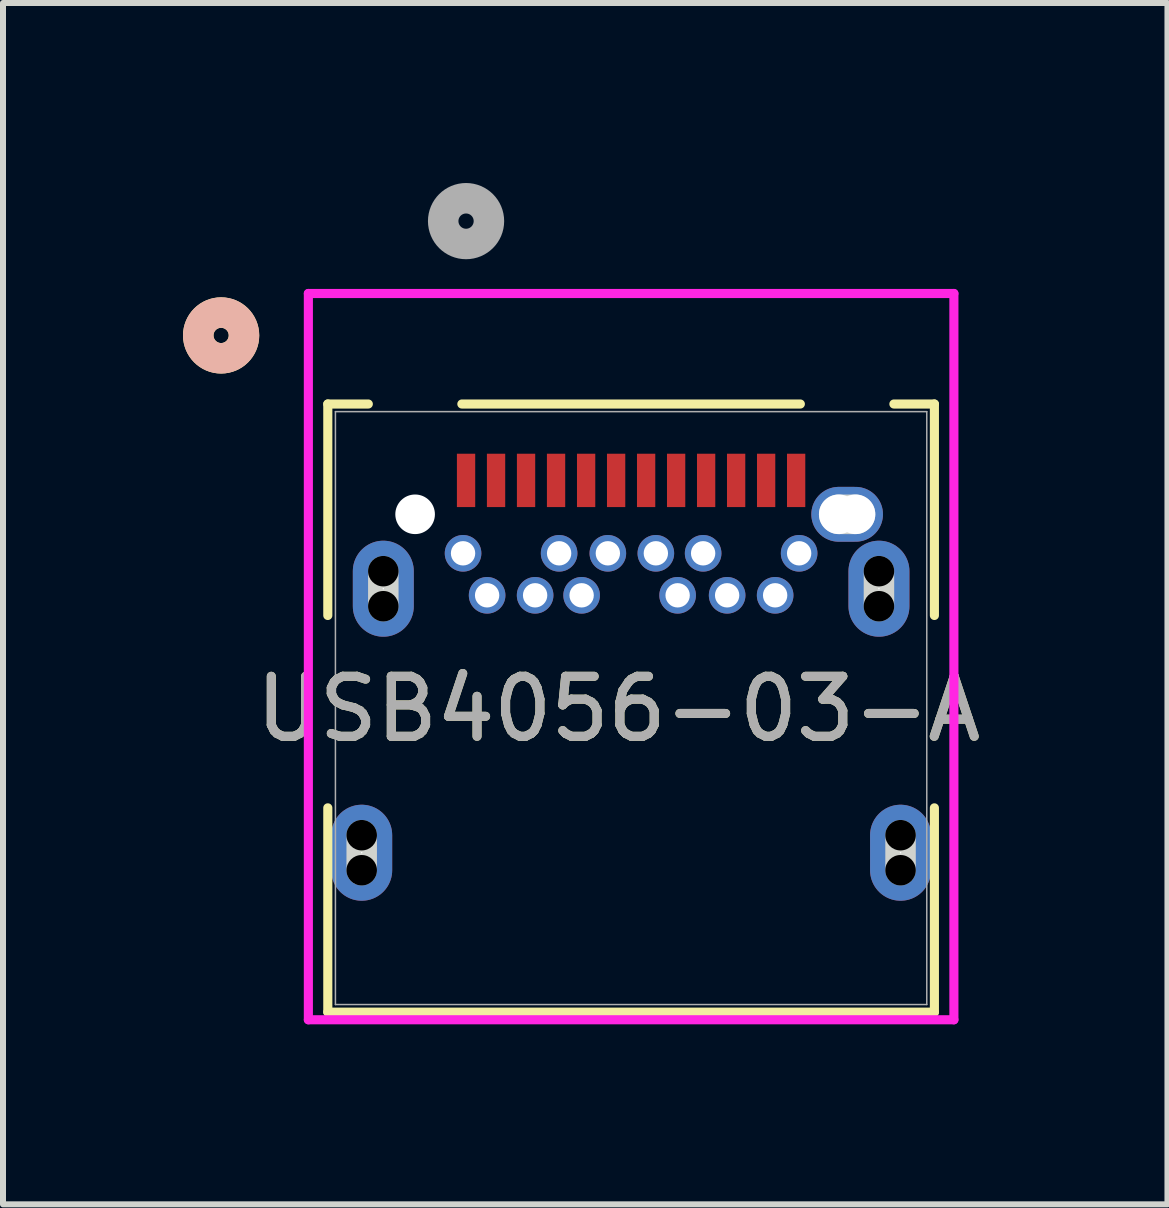
<source format=kicad_pcb>
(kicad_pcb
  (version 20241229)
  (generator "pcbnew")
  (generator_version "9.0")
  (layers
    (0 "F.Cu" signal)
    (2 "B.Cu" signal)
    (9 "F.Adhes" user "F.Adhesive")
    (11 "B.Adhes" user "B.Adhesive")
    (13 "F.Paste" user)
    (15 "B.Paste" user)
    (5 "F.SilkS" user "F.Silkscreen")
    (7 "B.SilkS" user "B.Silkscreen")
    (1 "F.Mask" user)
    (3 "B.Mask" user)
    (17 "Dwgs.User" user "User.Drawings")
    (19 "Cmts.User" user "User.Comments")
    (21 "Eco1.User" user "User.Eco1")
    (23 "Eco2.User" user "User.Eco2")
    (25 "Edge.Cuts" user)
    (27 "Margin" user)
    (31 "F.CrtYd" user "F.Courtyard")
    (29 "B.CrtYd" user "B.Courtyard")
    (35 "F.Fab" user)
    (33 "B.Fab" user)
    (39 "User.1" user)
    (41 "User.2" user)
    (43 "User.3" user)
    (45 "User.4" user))
  (footprint "USB4056-03-A"
    (layer "F.Cu")
    (at 4.717 4.956)
    (property "Reference" "USB4056-03-A" (at 2.54 3.81 0) (unlocked yes) (layer "F.SilkS") (effects (font (size 1 1) (thickness 0.15))))
    (attr through_hole)
    (fp_line (start -2.304 -1.273) (end -2.304 2.251) (stroke (width 0.152) (type solid)) (layer "F.SilkS"))
    (fp_line (start -2.304 5.457) (end -2.304 8.862) (stroke (width 0.152) (type solid)) (layer "F.SilkS"))
    (fp_line (start -2.304 8.862) (end 7.805 8.862) (stroke (width 0.152) (type solid)) (layer "F.SilkS"))
    (fp_line (start -1.629 -1.273) (end -2.304 -1.273) (stroke (width 0.152) (type solid)) (layer "F.SilkS"))
    (fp_line (start 5.571 -1.273) (end -0.07 -1.273) (stroke (width 0.152) (type solid)) (layer "F.SilkS"))
    (fp_line (start 7.805 -1.273) (end 7.13 -1.273) (stroke (width 0.152) (type solid)) (layer "F.SilkS"))
    (fp_line (start 7.805 2.251) (end 7.805 -1.273) (stroke (width 0.152) (type solid)) (layer "F.SilkS"))
    (fp_line (start 7.805 8.862) (end 7.805 5.457) (stroke (width 0.152) (type solid)) (layer "F.SilkS"))
    (fp_circle (center -4.082 -2.416) (end -3.701 -2.416) (stroke (width 0.508) (type solid)) (fill no) (layer "F.SilkS"))
    (fp_circle (center -4.082 -2.416) (end -3.701 -2.416) (stroke (width 0.508) (type solid)) (fill no) (layer "B.SilkS"))
    (fp_line (start -1.739 6.497) (end -1.739 5.913) (stroke (width 0.508) (type solid)) (layer "Edge.Cuts"))
    (fp_line (start -1.379 2.097) (end -1.379 1.513) (stroke (width 0.508) (type solid)) (layer "Edge.Cuts"))
    (fp_line (start 6.211 0.565) (end 6.49 0.565) (stroke (width 0.66) (type solid)) (layer "Edge.Cuts"))
    (fp_line (start 6.881 2.097) (end 6.881 1.513) (stroke (width 0.508) (type solid)) (layer "Edge.Cuts"))
    (fp_line (start 7.241 6.497) (end 7.241 5.913) (stroke (width 0.508) (type solid)) (layer "Edge.Cuts"))
    (fp_line (start -2.628 -3.115) (end -2.628 8.989) (stroke (width 0.152) (type solid)) (layer "F.CrtYd"))
    (fp_line (start -2.628 8.989) (end 8.13 8.989) (stroke (width 0.152) (type solid)) (layer "F.CrtYd"))
    (fp_line (start 8.13 -3.115) (end -2.628 -3.115) (stroke (width 0.152) (type solid)) (layer "F.CrtYd"))
    (fp_line (start 8.13 8.989) (end 8.13 -3.115) (stroke (width 0.152) (type solid)) (layer "F.CrtYd"))
    (fp_line (start -2.177 -1.146) (end -2.177 8.735) (stroke (width 0.025) (type solid)) (layer "F.Fab"))
    (fp_line (start -2.177 8.735) (end 7.678 8.735) (stroke (width 0.025) (type solid)) (layer "F.Fab"))
    (fp_line (start 7.678 -1.146) (end -2.177 -1.146) (stroke (width 0.025) (type solid)) (layer "F.Fab"))
    (fp_line (start 7.678 8.735) (end 7.678 -1.146) (stroke (width 0.025) (type solid)) (layer "F.Fab"))
    (fp_circle (center 0 -4.321) (end 0.381 -4.321) (stroke (width 0.508) (type solid)) (fill no) (layer "F.Fab"))
    (fp_text user "${REFERENCE}" (at 2.54 3.81 0) (unlocked yes) (layer "F.Fab") (effects (font (size 1 1) (thickness 0.15))))
    (pad "" np_thru_hole circle (at -1.739 5.913) (size 0.508 0.508) (drill 0.508) (layers))
    (pad "" np_thru_hole circle (at -1.739 6.497) (size 0.508 0.508) (drill 0.508) (layers))
    (pad "" np_thru_hole circle (at -1.379 1.513) (size 0.508 0.508) (drill 0.508) (layers))
    (pad "" np_thru_hole circle (at -1.379 2.097) (size 0.508 0.508) (drill 0.508) (layers))
    (pad "" np_thru_hole circle (at -0.849 0.565) (size 0.66 0.66) (drill 0.66) (layers "*.Cu" "*.Mask"))
    (pad "" np_thru_hole circle (at 6.211 0.565) (size 0.66 0.66) (drill 0.66) (layers "*.Cu" "*.Mask"))
    (pad "" np_thru_hole circle (at 6.49 0.565) (size 0.66 0.66) (drill 0.66) (layers "*.Cu" "*.Mask"))
    (pad "" np_thru_hole circle (at 6.881 1.513) (size 0.508 0.508) (drill 0.508) (layers))
    (pad "" np_thru_hole circle (at 6.881 2.097) (size 0.508 0.508) (drill 0.508) (layers))
    (pad "" np_thru_hole circle (at 7.241 5.913) (size 0.508 0.508) (drill 0.508) (layers))
    (pad "" np_thru_hole circle (at 7.241 6.497) (size 0.508 0.508) (drill 0.508) (layers))
    (pad "25" thru_hole oval (at -1.379 1.805 90) (size 1.6 1.016) (drill 0.025) (layers "*.Cu" "*.Mask"))
    (pad "26" thru_hole oval (at -1.739 6.205 90) (size 1.6 1.016) (drill 0.025) (layers "*.Cu" "*.Mask"))
    (pad "27" thru_hole oval (at 6.881 1.805 90) (size 1.6 1.016) (drill 0.025) (layers "*.Cu" "*.Mask"))
    (pad "28" thru_hole oval (at 7.241 6.205 90) (size 1.6 1.016) (drill 0.025) (layers "*.Cu" "*.Mask"))
    (pad "29" thru_hole oval (at 6.351 0.565) (size 1.194 0.914) (drill 0.025) (layers "*.Cu" "*.Mask"))
    (pad "A1" smd rect (at 0 0) (size 0.305 0.889) (layers "F.Cu" "F.Mask" "F.Paste"))
    (pad "A2" smd rect (at 0.5 0) (size 0.305 0.889) (layers "F.Cu" "F.Mask" "F.Paste"))
    (pad "A3" smd rect (at 1 0) (size 0.305 0.889) (layers "F.Cu" "F.Mask" "F.Paste"))
    (pad "A4" smd rect (at 1.5 0) (size 0.305 0.889) (layers "F.Cu" "F.Mask" "F.Paste"))
    (pad "A5" smd rect (at 2.001 0) (size 0.305 0.889) (layers "F.Cu" "F.Mask" "F.Paste"))
    (pad "A6" smd rect (at 2.501 0) (size 0.305 0.889) (layers "F.Cu" "F.Mask" "F.Paste"))
    (pad "A7" smd rect (at 3.001 0) (size 0.305 0.889) (layers "F.Cu" "F.Mask" "F.Paste"))
    (pad "A8" smd rect (at 3.501 0) (size 0.305 0.889) (layers "F.Cu" "F.Mask" "F.Paste"))
    (pad "A9" smd rect (at 4.001 0) (size 0.305 0.889) (layers "F.Cu" "F.Mask" "F.Paste"))
    (pad "A10" smd rect (at 4.501 0) (size 0.305 0.889) (layers "F.Cu" "F.Mask" "F.Paste"))
    (pad "A11" smd rect (at 5.001 0) (size 0.305 0.889) (layers "F.Cu" "F.Mask" "F.Paste"))
    (pad "A12" smd rect (at 5.501 0) (size 0.305 0.889) (layers "F.Cu" "F.Mask" "F.Paste"))
    (pad "B1" thru_hole circle (at 5.551 1.215) (size 0.61 0.61) (drill 0.406) (layers "*.Cu" "*.Mask"))
    (pad "B2" thru_hole circle (at 5.151 1.915) (size 0.61 0.61) (drill 0.406) (layers "*.Cu" "*.Mask"))
    (pad "B3" thru_hole circle (at 4.351 1.915) (size 0.61 0.61) (drill 0.406) (layers "*.Cu" "*.Mask"))
    (pad "B4" thru_hole circle (at 3.951 1.215) (size 0.61 0.61) (drill 0.406) (layers "*.Cu" "*.Mask"))
    (pad "B5" thru_hole circle (at 3.526 1.915) (size 0.61 0.61) (drill 0.406) (layers "*.Cu" "*.Mask"))
    (pad "B6" thru_hole circle (at 3.163 1.215) (size 0.61 0.61) (drill 0.406) (layers "*.Cu" "*.Mask"))
    (pad "B7" thru_hole circle (at 2.363 1.215) (size 0.61 0.61) (drill 0.406) (layers "*.Cu" "*.Mask"))
    (pad "B8" thru_hole circle (at 1.926 1.915) (size 0.61 0.61) (drill 0.406) (layers "*.Cu" "*.Mask"))
    (pad "B9" thru_hole circle (at 1.551 1.215) (size 0.61 0.61) (drill 0.406) (layers "*.Cu" "*.Mask"))
    (pad "B10" thru_hole circle (at 1.151 1.915) (size 0.61 0.61) (drill 0.406) (layers "*.Cu" "*.Mask"))
    (pad "B11" thru_hole circle (at 0.351 1.915) (size 0.61 0.61) (drill 0.406) (layers "*.Cu" "*.Mask"))
    (pad "B12" thru_hole circle (at -0.05 1.215) (size 0.61 0.61) (drill 0.406) (layers "*.Cu" "*.Mask")))
  (gr_rect
    (start -3 -3)
    (end 16.406 17.021)
    (stroke (width 0.1) (type default))
    (fill no)
    (layer "Edge.Cuts")))
</source>
